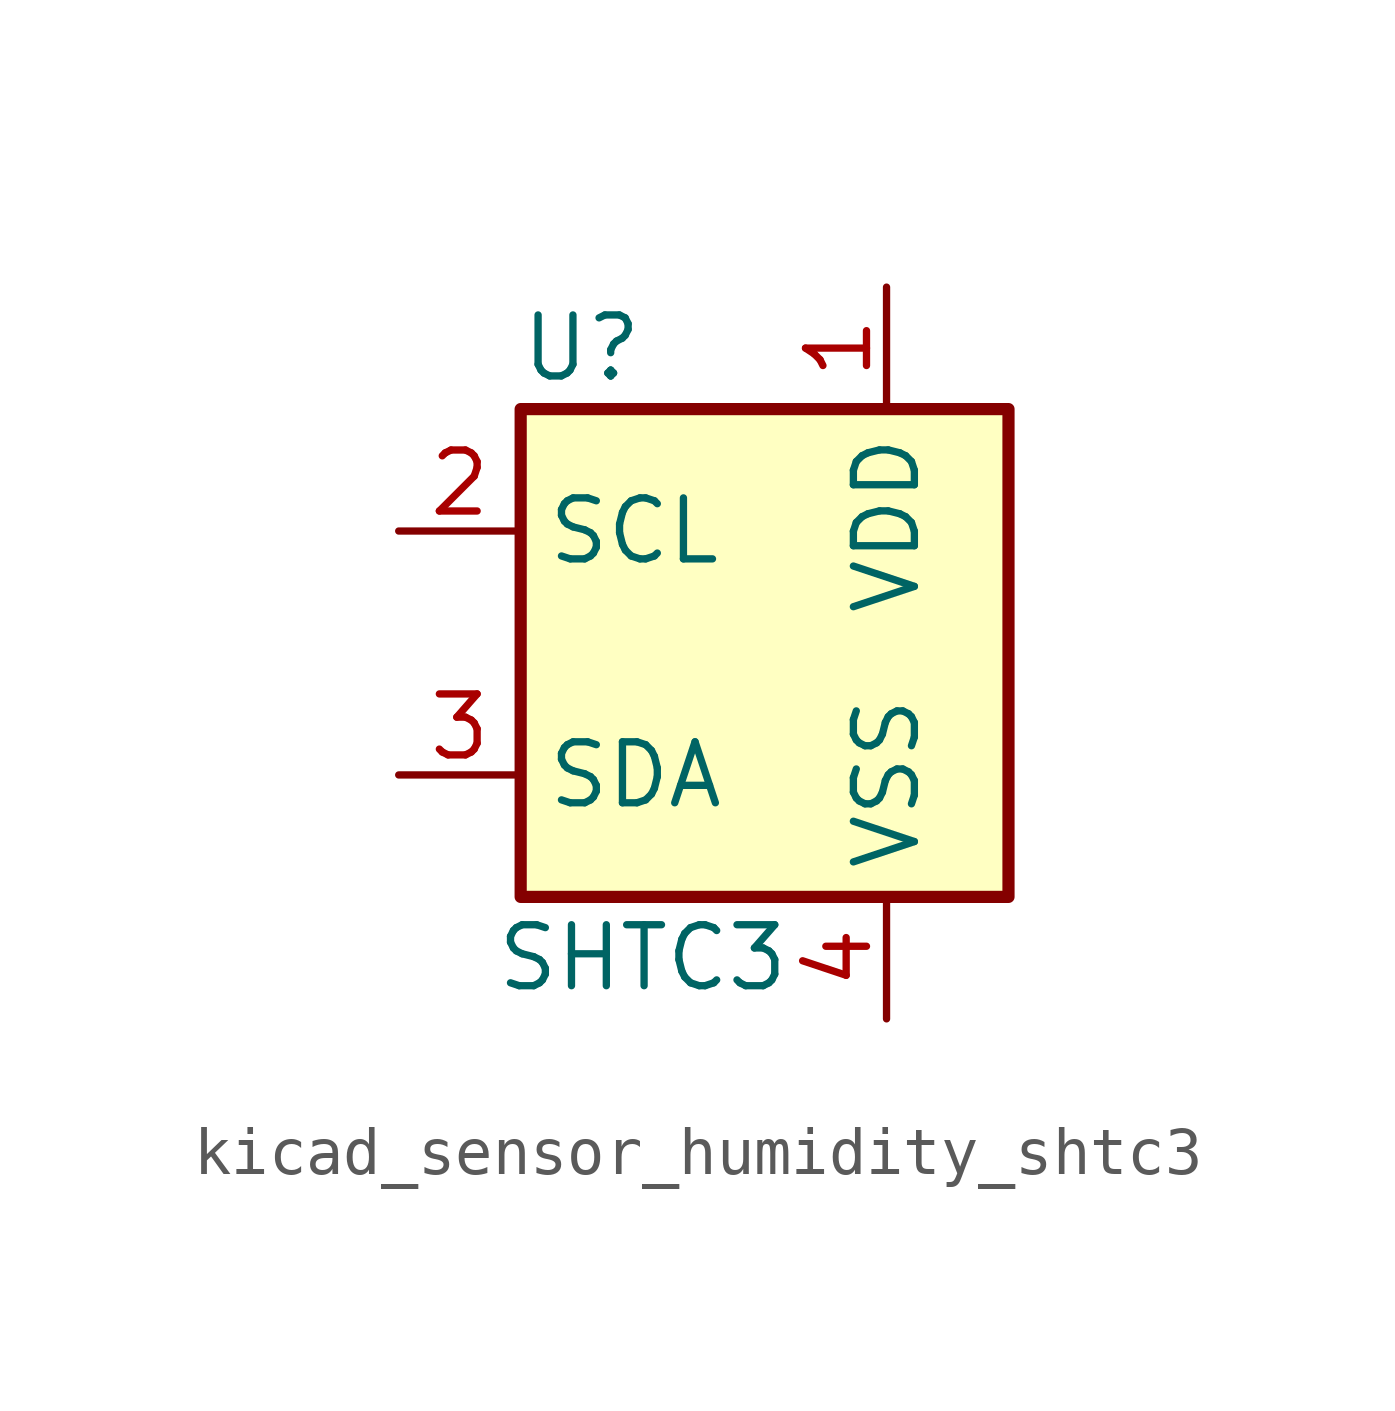
<source format=kicad_sym>
(kicad_symbol_lib
  (version 20220914)
  (generator kicad_symbol_editor)
  (symbol "kicad_sensor_humidity_shtc3"
    (property "Reference" "U"
      (at -3.81 6.35 0)
      (effects (font (size 1.27 1.27))))
    (property "Value" "SHTC3"
      (at -2.54 -6.35 0)
      (effects (font (size 1.27 1.27))))
    (symbol "kicad_sensor_humidity_shtc3_1_1"
      (rectangle (start -5.08 5.08) (end 5.08 -5.08) (stroke (width 0.254) (type default)) (fill (type background)))
      (pin power_in line (at 2.54 7.62 270) (length 2.54) (name "VDD" (effects (font (size 1.27 1.27)))) (number "1" (effects (font (size 1.27 1.27)))))
      (pin input line (at -7.62 2.54 0) (length 2.54) (name "SCL" (effects (font (size 1.27 1.27)))) (number "2" (effects (font (size 1.27 1.27)))))
      (pin bidirectional line (at -7.62 -2.54 0) (length 2.54) (name "SDA" (effects (font (size 1.27 1.27)))) (number "3" (effects (font (size 1.27 1.27)))))
      (pin power_in line (at 2.54 -7.62 90) (length 2.54) (name "VSS" (effects (font (size 1.27 1.27)))) (number "4" (effects (font (size 1.27 1.27)))))
      (pin no_connect line (at 5.08 0 180) (length 2.54) hide (name "NC" (effects (font (size 1.27 1.27)))) (number "5" (effects (font (size 1.27 1.27))))))))
</source>
